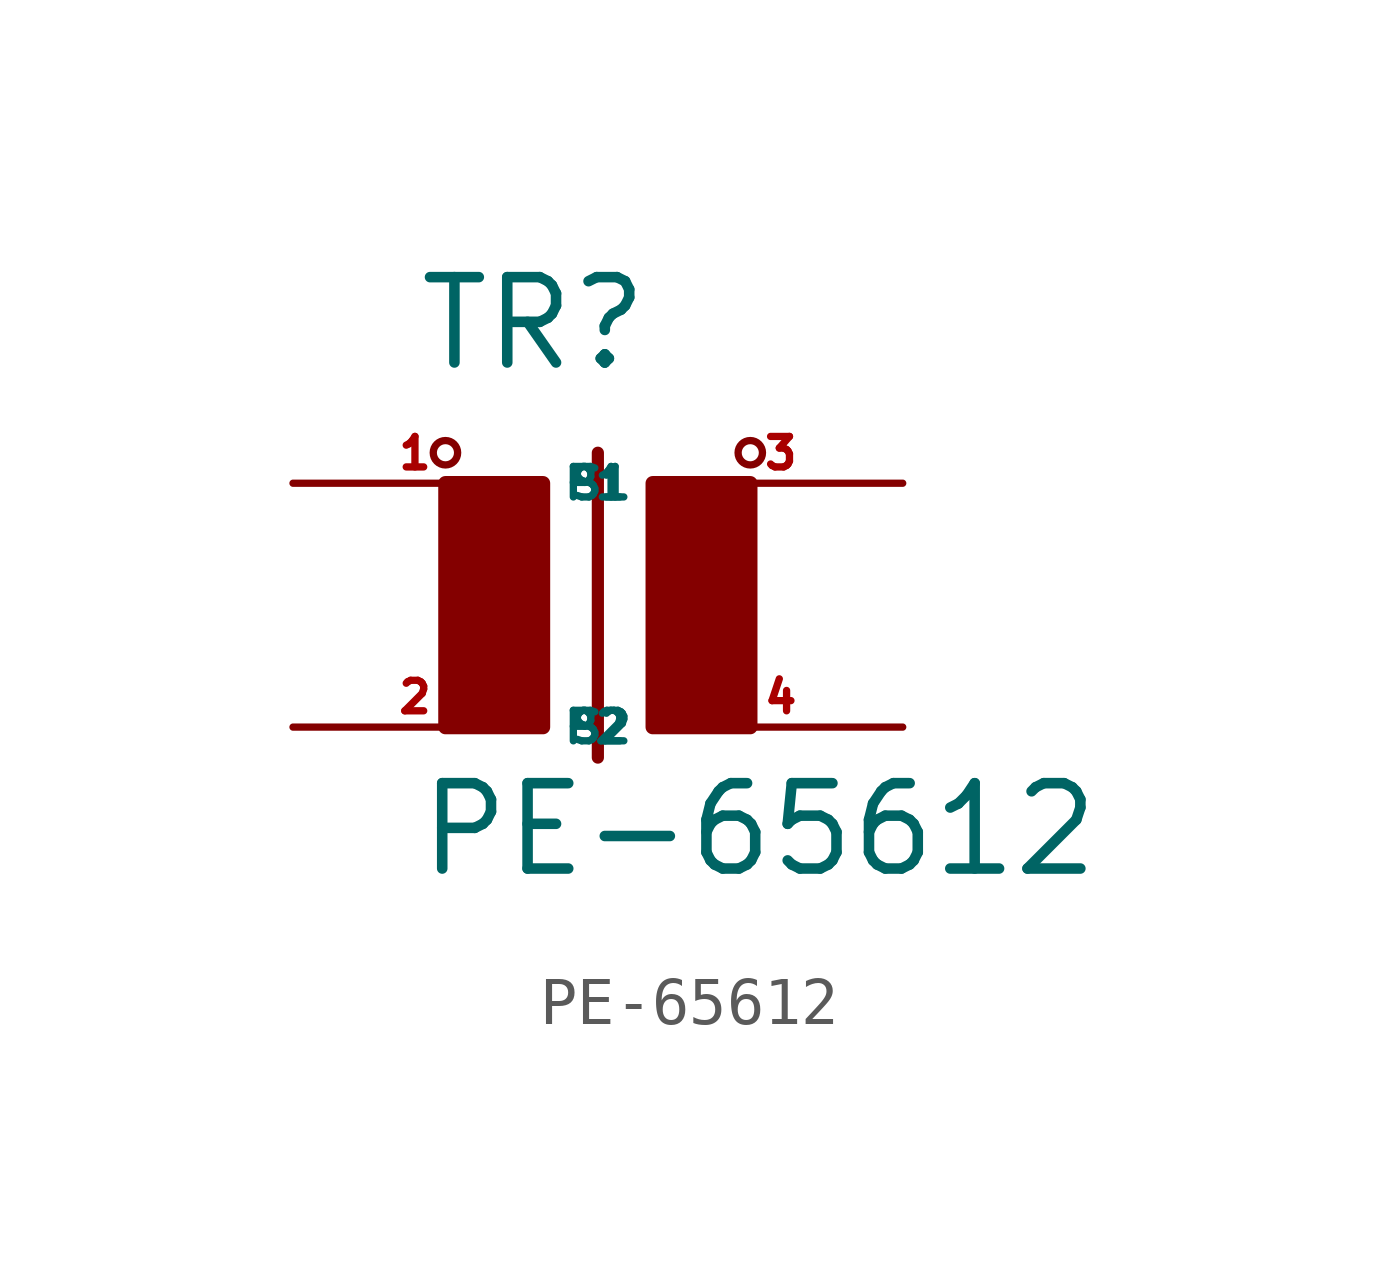
<source format=kicad_sym>
(kicad_symbol_lib
  (version 20220914)
  (generator Eagle2Kicad)
  (symbol "PE-65612"
    (property "Reference" "TR"
      (at -2.54 4.826 0)
      (effects (font (size 1.778 1.778) (thickness 0.22)) (justify left bottom)))
    (property "Value" "PE-65612"
      (at -2.54 -5.715 0)
      (effects (font (size 1.778 1.778) (thickness 0.22)) (justify left bottom)))
    (polyline
      (pts (xy 1.27 3.175) (xy 1.27 -3.175))
      (stroke (width 0.254) (type default))
      (fill (type none)))
    (circle
      (center -1.905 3.175)
      (radius 0.254)
      (stroke (width 0) (type default))
      (fill (type none)))
    (circle
      (center 4.445 3.175)
      (radius 0.254)
      (stroke (width 0) (type default))
      (fill (type none)))
    (rectangle
      (start -1.905 -2.54)
      (end 0.127 2.54)
      (stroke (width 0.3) (type default))
      (fill (type outline)))
    (rectangle
      (start 2.413 -2.54)
      (end 4.445 2.54)
      (stroke (width 0.3) (type default))
      (fill (type outline)))
    (pin passive line
      (at -5.08 2.54 0)
      (length 5.08)
      (name "P1" (effects (font (size 0.635 0.635) (thickness 0.08)) (justify left bottom)))
      (number "1" (effects (font (size 0.635 0.635) (thickness 0.08)) (justify left bottom))))
    (pin passive line
      (at -5.08 -2.54 0)
      (length 5.08)
      (name "P2" (effects (font (size 0.635 0.635) (thickness 0.08)) (justify left bottom)))
      (number "2" (effects (font (size 0.635 0.635) (thickness 0.08)) (justify left bottom))))
    (pin passive line
      (at 7.62 2.54 180)
      (length 5.08)
      (name "S1" (effects (font (size 0.635 0.635) (thickness 0.08)) (justify left bottom)))
      (number "3" (effects (font (size 0.635 0.635) (thickness 0.08)) (justify left bottom))))
    (pin passive line
      (at 7.62 -2.54 180)
      (length 5.08)
      (name "S2" (effects (font (size 0.635 0.635) (thickness 0.08)) (justify left bottom)))
      (number "4" (effects (font (size 0.635 0.635) (thickness 0.08)) (justify left bottom))))))
</source>
